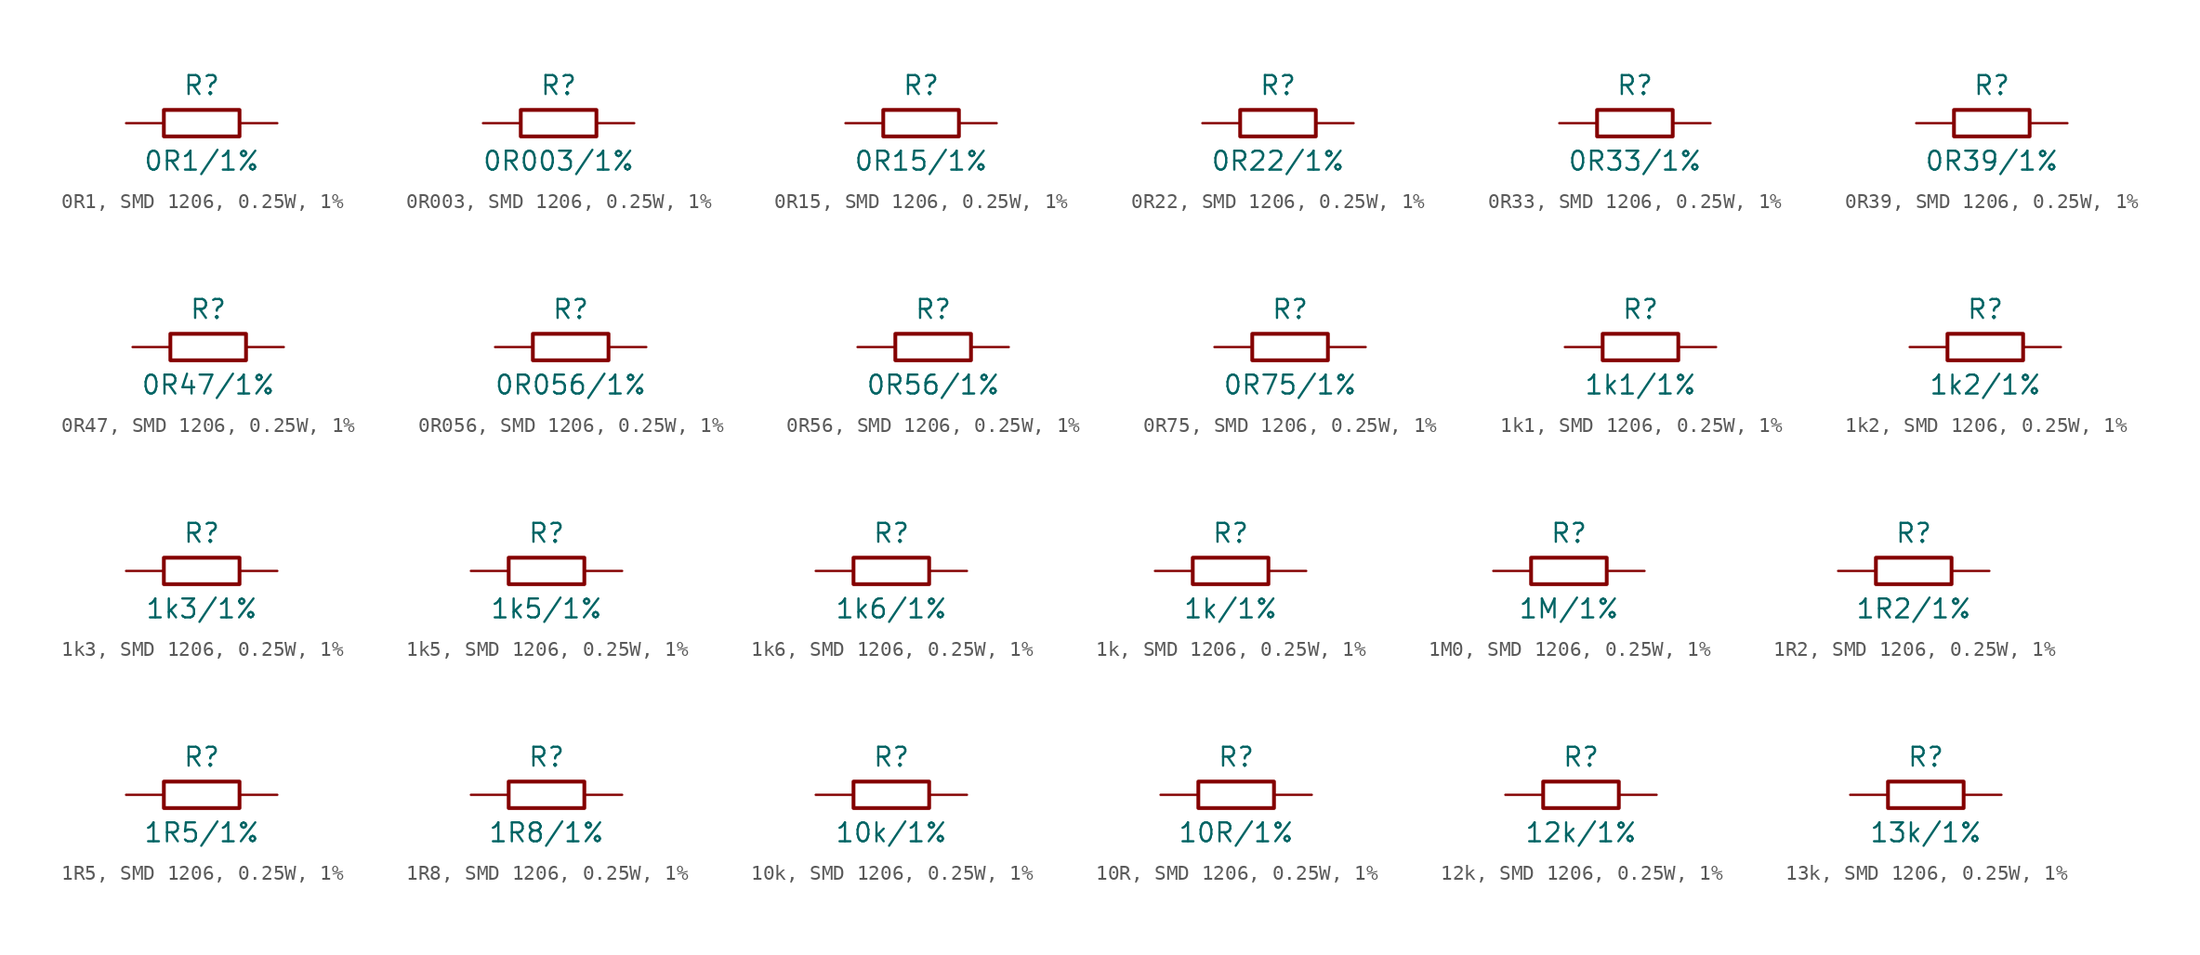
<source format=kicad_sym>
(kicad_symbol_lib
  (version 20220914)
  (generator kicad_symbol_editor)
  (symbol "0R1, SMD 1206, 0.25W, 1%"
    (pin_numbers hide)
    (pin_names
      (offset 0) hide)
    (property "Reference" "R"
      (at 0 2.54 0)
      (effects (font (size 1.27 1.27))))
    (property "Value" "0R1/1%"
      (at 0 -2.54 0)
      (effects (font (size 1.27 1.27))))
    (symbol "0R1, SMD 1206, 0.25W, 1%_0_1"
      (rectangle (start -2.54 0.889) (end 2.54 -0.889) (stroke (width 0.254) (type default)) (fill (type none))))
    (symbol "0R1, SMD 1206, 0.25W, 1%_1_1"
      (pin passive line (at -5.08 0 0) (length 2.54) (name "1" (effects (font (size 1.27 1.27)))) (number "1" (effects (font (size 1.27 1.27)))))
      (pin passive line (at 5.08 0 180) (length 2.54) (name "2" (effects (font (size 1.27 1.27)))) (number "2" (effects (font (size 1.27 1.27)))))))
  (symbol "0R003, SMD 1206, 0.25W, 1%"
    (pin_numbers hide)
    (pin_names
      (offset 0) hide)
    (property "Reference" "R"
      (at 0 2.54 0)
      (effects (font (size 1.27 1.27))))
    (property "Value" "0R003/1%"
      (at 0 -2.54 0)
      (effects (font (size 1.27 1.27))))
    (symbol "0R003, SMD 1206, 0.25W, 1%_0_1"
      (rectangle (start -2.54 0.889) (end 2.54 -0.889) (stroke (width 0.254) (type default)) (fill (type none))))
    (symbol "0R003, SMD 1206, 0.25W, 1%_1_1"
      (pin passive line (at -5.08 0 0) (length 2.54) (name "1" (effects (font (size 1.27 1.27)))) (number "1" (effects (font (size 1.27 1.27)))))
      (pin passive line (at 5.08 0 180) (length 2.54) (name "2" (effects (font (size 1.27 1.27)))) (number "2" (effects (font (size 1.27 1.27)))))))
  (symbol "0R15, SMD 1206, 0.25W, 1%"
    (pin_numbers hide)
    (pin_names
      (offset 0) hide)
    (property "Reference" "R"
      (at 0 2.54 0)
      (effects (font (size 1.27 1.27))))
    (property "Value" "0R15/1%"
      (at 0 -2.54 0)
      (effects (font (size 1.27 1.27))))
    (symbol "0R15, SMD 1206, 0.25W, 1%_0_1"
      (rectangle (start -2.54 0.889) (end 2.54 -0.889) (stroke (width 0.254) (type default)) (fill (type none))))
    (symbol "0R15, SMD 1206, 0.25W, 1%_1_1"
      (pin passive line (at -5.08 0 0) (length 2.54) (name "1" (effects (font (size 1.27 1.27)))) (number "1" (effects (font (size 1.27 1.27)))))
      (pin passive line (at 5.08 0 180) (length 2.54) (name "2" (effects (font (size 1.27 1.27)))) (number "2" (effects (font (size 1.27 1.27)))))))
  (symbol "0R22, SMD 1206, 0.25W, 1%"
    (pin_numbers hide)
    (pin_names
      (offset 0) hide)
    (property "Reference" "R"
      (at 0 2.54 0)
      (effects (font (size 1.27 1.27))))
    (property "Value" "0R22/1%"
      (at 0 -2.54 0)
      (effects (font (size 1.27 1.27))))
    (symbol "0R22, SMD 1206, 0.25W, 1%_0_1"
      (rectangle (start -2.54 0.889) (end 2.54 -0.889) (stroke (width 0.254) (type default)) (fill (type none))))
    (symbol "0R22, SMD 1206, 0.25W, 1%_1_1"
      (pin passive line (at -5.08 0 0) (length 2.54) (name "1" (effects (font (size 1.27 1.27)))) (number "1" (effects (font (size 1.27 1.27)))))
      (pin passive line (at 5.08 0 180) (length 2.54) (name "2" (effects (font (size 1.27 1.27)))) (number "2" (effects (font (size 1.27 1.27)))))))
  (symbol "0R33, SMD 1206, 0.25W, 1%"
    (pin_numbers hide)
    (pin_names
      (offset 0) hide)
    (property "Reference" "R"
      (at 0 2.54 0)
      (effects (font (size 1.27 1.27))))
    (property "Value" "0R33/1%"
      (at 0 -2.54 0)
      (effects (font (size 1.27 1.27))))
    (symbol "0R33, SMD 1206, 0.25W, 1%_0_1"
      (rectangle (start -2.54 0.889) (end 2.54 -0.889) (stroke (width 0.254) (type default)) (fill (type none))))
    (symbol "0R33, SMD 1206, 0.25W, 1%_1_1"
      (pin passive line (at -5.08 0 0) (length 2.54) (name "1" (effects (font (size 1.27 1.27)))) (number "1" (effects (font (size 1.27 1.27)))))
      (pin passive line (at 5.08 0 180) (length 2.54) (name "2" (effects (font (size 1.27 1.27)))) (number "2" (effects (font (size 1.27 1.27)))))))
  (symbol "0R39, SMD 1206, 0.25W, 1%"
    (pin_numbers hide)
    (pin_names
      (offset 0) hide)
    (property "Reference" "R"
      (at 0 2.54 0)
      (effects (font (size 1.27 1.27))))
    (property "Value" "0R39/1%"
      (at 0 -2.54 0)
      (effects (font (size 1.27 1.27))))
    (symbol "0R39, SMD 1206, 0.25W, 1%_0_1"
      (rectangle (start -2.54 0.889) (end 2.54 -0.889) (stroke (width 0.254) (type default)) (fill (type none))))
    (symbol "0R39, SMD 1206, 0.25W, 1%_1_1"
      (pin passive line (at -5.08 0 0) (length 2.54) (name "1" (effects (font (size 1.27 1.27)))) (number "1" (effects (font (size 1.27 1.27)))))
      (pin passive line (at 5.08 0 180) (length 2.54) (name "2" (effects (font (size 1.27 1.27)))) (number "2" (effects (font (size 1.27 1.27)))))))
  (symbol "0R47, SMD 1206, 0.25W, 1%"
    (pin_numbers hide)
    (pin_names
      (offset 0) hide)
    (property "Reference" "R"
      (at 0 2.54 0)
      (effects (font (size 1.27 1.27))))
    (property "Value" "0R47/1%"
      (at 0 -2.54 0)
      (effects (font (size 1.27 1.27))))
    (symbol "0R47, SMD 1206, 0.25W, 1%_0_1"
      (rectangle (start -2.54 0.889) (end 2.54 -0.889) (stroke (width 0.254) (type default)) (fill (type none))))
    (symbol "0R47, SMD 1206, 0.25W, 1%_1_1"
      (pin passive line (at -5.08 0 0) (length 2.54) (name "1" (effects (font (size 1.27 1.27)))) (number "1" (effects (font (size 1.27 1.27)))))
      (pin passive line (at 5.08 0 180) (length 2.54) (name "2" (effects (font (size 1.27 1.27)))) (number "2" (effects (font (size 1.27 1.27)))))))
  (symbol "0R056, SMD 1206, 0.25W, 1%"
    (pin_numbers hide)
    (pin_names
      (offset 0) hide)
    (property "Reference" "R"
      (at 0 2.54 0)
      (effects (font (size 1.27 1.27))))
    (property "Value" "0R056/1%"
      (at 0 -2.54 0)
      (effects (font (size 1.27 1.27))))
    (symbol "0R056, SMD 1206, 0.25W, 1%_0_1"
      (rectangle (start -2.54 0.889) (end 2.54 -0.889) (stroke (width 0.254) (type default)) (fill (type none))))
    (symbol "0R056, SMD 1206, 0.25W, 1%_1_1"
      (pin passive line (at -5.08 0 0) (length 2.54) (name "1" (effects (font (size 1.27 1.27)))) (number "1" (effects (font (size 1.27 1.27)))))
      (pin passive line (at 5.08 0 180) (length 2.54) (name "2" (effects (font (size 1.27 1.27)))) (number "2" (effects (font (size 1.27 1.27)))))))
  (symbol "0R56, SMD 1206, 0.25W, 1%"
    (pin_numbers hide)
    (pin_names
      (offset 0) hide)
    (property "Reference" "R"
      (at 0 2.54 0)
      (effects (font (size 1.27 1.27))))
    (property "Value" "0R56/1%"
      (at 0 -2.54 0)
      (effects (font (size 1.27 1.27))))
    (symbol "0R56, SMD 1206, 0.25W, 1%_0_1"
      (rectangle (start -2.54 0.889) (end 2.54 -0.889) (stroke (width 0.254) (type default)) (fill (type none))))
    (symbol "0R56, SMD 1206, 0.25W, 1%_1_1"
      (pin passive line (at -5.08 0 0) (length 2.54) (name "1" (effects (font (size 1.27 1.27)))) (number "1" (effects (font (size 1.27 1.27)))))
      (pin passive line (at 5.08 0 180) (length 2.54) (name "2" (effects (font (size 1.27 1.27)))) (number "2" (effects (font (size 1.27 1.27)))))))
  (symbol "0R75, SMD 1206, 0.25W, 1%"
    (pin_numbers hide)
    (pin_names
      (offset 0) hide)
    (property "Reference" "R"
      (at 0 2.54 0)
      (effects (font (size 1.27 1.27))))
    (property "Value" "0R75/1%"
      (at 0 -2.54 0)
      (effects (font (size 1.27 1.27))))
    (symbol "0R75, SMD 1206, 0.25W, 1%_0_1"
      (rectangle (start -2.54 0.889) (end 2.54 -0.889) (stroke (width 0.254) (type default)) (fill (type none))))
    (symbol "0R75, SMD 1206, 0.25W, 1%_1_1"
      (pin passive line (at -5.08 0 0) (length 2.54) (name "1" (effects (font (size 1.27 1.27)))) (number "1" (effects (font (size 1.27 1.27)))))
      (pin passive line (at 5.08 0 180) (length 2.54) (name "2" (effects (font (size 1.27 1.27)))) (number "2" (effects (font (size 1.27 1.27)))))))
  (symbol "1k1, SMD 1206, 0.25W, 1%"
    (pin_numbers hide)
    (pin_names
      (offset 0) hide)
    (property "Reference" "R"
      (at 0 2.54 0)
      (effects (font (size 1.27 1.27))))
    (property "Value" "1k1/1%"
      (at 0 -2.54 0)
      (effects (font (size 1.27 1.27))))
    (symbol "1k1, SMD 1206, 0.25W, 1%_0_1"
      (rectangle (start -2.54 0.889) (end 2.54 -0.889) (stroke (width 0.254) (type default)) (fill (type none))))
    (symbol "1k1, SMD 1206, 0.25W, 1%_1_1"
      (pin passive line (at -5.08 0 0) (length 2.54) (name "1" (effects (font (size 1.27 1.27)))) (number "1" (effects (font (size 1.27 1.27)))))
      (pin passive line (at 5.08 0 180) (length 2.54) (name "2" (effects (font (size 1.27 1.27)))) (number "2" (effects (font (size 1.27 1.27)))))))
  (symbol "1k2, SMD 1206, 0.25W, 1%"
    (pin_numbers hide)
    (pin_names
      (offset 0) hide)
    (property "Reference" "R"
      (at 0 2.54 0)
      (effects (font (size 1.27 1.27))))
    (property "Value" "1k2/1%"
      (at 0 -2.54 0)
      (effects (font (size 1.27 1.27))))
    (symbol "1k2, SMD 1206, 0.25W, 1%_0_1"
      (rectangle (start -2.54 0.889) (end 2.54 -0.889) (stroke (width 0.254) (type default)) (fill (type none))))
    (symbol "1k2, SMD 1206, 0.25W, 1%_1_1"
      (pin passive line (at -5.08 0 0) (length 2.54) (name "1" (effects (font (size 1.27 1.27)))) (number "1" (effects (font (size 1.27 1.27)))))
      (pin passive line (at 5.08 0 180) (length 2.54) (name "2" (effects (font (size 1.27 1.27)))) (number "2" (effects (font (size 1.27 1.27)))))))
  (symbol "1k3, SMD 1206, 0.25W, 1%"
    (pin_numbers hide)
    (pin_names
      (offset 0) hide)
    (property "Reference" "R"
      (at 0 2.54 0)
      (effects (font (size 1.27 1.27))))
    (property "Value" "1k3/1%"
      (at 0 -2.54 0)
      (effects (font (size 1.27 1.27))))
    (symbol "1k3, SMD 1206, 0.25W, 1%_0_1"
      (rectangle (start -2.54 0.889) (end 2.54 -0.889) (stroke (width 0.254) (type default)) (fill (type none))))
    (symbol "1k3, SMD 1206, 0.25W, 1%_1_1"
      (pin passive line (at -5.08 0 0) (length 2.54) (name "1" (effects (font (size 1.27 1.27)))) (number "1" (effects (font (size 1.27 1.27)))))
      (pin passive line (at 5.08 0 180) (length 2.54) (name "2" (effects (font (size 1.27 1.27)))) (number "2" (effects (font (size 1.27 1.27)))))))
  (symbol "1k5, SMD 1206, 0.25W, 1%"
    (pin_numbers hide)
    (pin_names
      (offset 0) hide)
    (property "Reference" "R"
      (at 0 2.54 0)
      (effects (font (size 1.27 1.27))))
    (property "Value" "1k5/1%"
      (at 0 -2.54 0)
      (effects (font (size 1.27 1.27))))
    (symbol "1k5, SMD 1206, 0.25W, 1%_0_1"
      (rectangle (start -2.54 0.889) (end 2.54 -0.889) (stroke (width 0.254) (type default)) (fill (type none))))
    (symbol "1k5, SMD 1206, 0.25W, 1%_1_1"
      (pin passive line (at -5.08 0 0) (length 2.54) (name "1" (effects (font (size 1.27 1.27)))) (number "1" (effects (font (size 1.27 1.27)))))
      (pin passive line (at 5.08 0 180) (length 2.54) (name "2" (effects (font (size 1.27 1.27)))) (number "2" (effects (font (size 1.27 1.27)))))))
  (symbol "1k6, SMD 1206, 0.25W, 1%"
    (pin_numbers hide)
    (pin_names
      (offset 0) hide)
    (property "Reference" "R"
      (at 0 2.54 0)
      (effects (font (size 1.27 1.27))))
    (property "Value" "1k6/1%"
      (at 0 -2.54 0)
      (effects (font (size 1.27 1.27))))
    (symbol "1k6, SMD 1206, 0.25W, 1%_0_1"
      (rectangle (start -2.54 0.889) (end 2.54 -0.889) (stroke (width 0.254) (type default)) (fill (type none))))
    (symbol "1k6, SMD 1206, 0.25W, 1%_1_1"
      (pin passive line (at -5.08 0 0) (length 2.54) (name "1" (effects (font (size 1.27 1.27)))) (number "1" (effects (font (size 1.27 1.27)))))
      (pin passive line (at 5.08 0 180) (length 2.54) (name "2" (effects (font (size 1.27 1.27)))) (number "2" (effects (font (size 1.27 1.27)))))))
  (symbol "1k, SMD 1206, 0.25W, 1%"
    (pin_numbers hide)
    (pin_names
      (offset 0) hide)
    (property "Reference" "R"
      (at 0 2.54 0)
      (effects (font (size 1.27 1.27))))
    (property "Value" "1k/1%"
      (at 0 -2.54 0)
      (effects (font (size 1.27 1.27))))
    (symbol "1k, SMD 1206, 0.25W, 1%_0_1"
      (rectangle (start -2.54 0.889) (end 2.54 -0.889) (stroke (width 0.254) (type default)) (fill (type none))))
    (symbol "1k, SMD 1206, 0.25W, 1%_1_1"
      (pin passive line (at -5.08 0 0) (length 2.54) (name "1" (effects (font (size 1.27 1.27)))) (number "1" (effects (font (size 1.27 1.27)))))
      (pin passive line (at 5.08 0 180) (length 2.54) (name "2" (effects (font (size 1.27 1.27)))) (number "2" (effects (font (size 1.27 1.27)))))))
  (symbol "1M0, SMD 1206, 0.25W, 1%"
    (pin_numbers hide)
    (pin_names
      (offset 0) hide)
    (property "Reference" "R"
      (at 0 2.54 0)
      (effects (font (size 1.27 1.27))))
    (property "Value" "1M/1%"
      (at 0 -2.54 0)
      (effects (font (size 1.27 1.27))))
    (symbol "1M0, SMD 1206, 0.25W, 1%_0_1"
      (rectangle (start -2.54 0.889) (end 2.54 -0.889) (stroke (width 0.254) (type default)) (fill (type none))))
    (symbol "1M0, SMD 1206, 0.25W, 1%_1_1"
      (pin passive line (at -5.08 0 0) (length 2.54) (name "1" (effects (font (size 1.27 1.27)))) (number "1" (effects (font (size 1.27 1.27)))))
      (pin passive line (at 5.08 0 180) (length 2.54) (name "2" (effects (font (size 1.27 1.27)))) (number "2" (effects (font (size 1.27 1.27)))))))
  (symbol "1R2, SMD 1206, 0.25W, 1%"
    (pin_numbers hide)
    (pin_names
      (offset 0) hide)
    (property "Reference" "R"
      (at 0 2.54 0)
      (effects (font (size 1.27 1.27))))
    (property "Value" "1R2/1%"
      (at 0 -2.54 0)
      (effects (font (size 1.27 1.27))))
    (symbol "1R2, SMD 1206, 0.25W, 1%_0_1"
      (rectangle (start -2.54 0.889) (end 2.54 -0.889) (stroke (width 0.254) (type default)) (fill (type none))))
    (symbol "1R2, SMD 1206, 0.25W, 1%_1_1"
      (pin passive line (at -5.08 0 0) (length 2.54) (name "1" (effects (font (size 1.27 1.27)))) (number "1" (effects (font (size 1.27 1.27)))))
      (pin passive line (at 5.08 0 180) (length 2.54) (name "2" (effects (font (size 1.27 1.27)))) (number "2" (effects (font (size 1.27 1.27)))))))
  (symbol "1R5, SMD 1206, 0.25W, 1%"
    (pin_numbers hide)
    (pin_names
      (offset 0) hide)
    (property "Reference" "R"
      (at 0 2.54 0)
      (effects (font (size 1.27 1.27))))
    (property "Value" "1R5/1%"
      (at 0 -2.54 0)
      (effects (font (size 1.27 1.27))))
    (symbol "1R5, SMD 1206, 0.25W, 1%_0_1"
      (rectangle (start -2.54 0.889) (end 2.54 -0.889) (stroke (width 0.254) (type default)) (fill (type none))))
    (symbol "1R5, SMD 1206, 0.25W, 1%_1_1"
      (pin passive line (at -5.08 0 0) (length 2.54) (name "1" (effects (font (size 1.27 1.27)))) (number "1" (effects (font (size 1.27 1.27)))))
      (pin passive line (at 5.08 0 180) (length 2.54) (name "2" (effects (font (size 1.27 1.27)))) (number "2" (effects (font (size 1.27 1.27)))))))
  (symbol "1R8, SMD 1206, 0.25W, 1%"
    (pin_numbers hide)
    (pin_names
      (offset 0) hide)
    (property "Reference" "R"
      (at 0 2.54 0)
      (effects (font (size 1.27 1.27))))
    (property "Value" "1R8/1%"
      (at 0 -2.54 0)
      (effects (font (size 1.27 1.27))))
    (symbol "1R8, SMD 1206, 0.25W, 1%_0_1"
      (rectangle (start -2.54 0.889) (end 2.54 -0.889) (stroke (width 0.254) (type default)) (fill (type none))))
    (symbol "1R8, SMD 1206, 0.25W, 1%_1_1"
      (pin passive line (at -5.08 0 0) (length 2.54) (name "1" (effects (font (size 1.27 1.27)))) (number "1" (effects (font (size 1.27 1.27)))))
      (pin passive line (at 5.08 0 180) (length 2.54) (name "2" (effects (font (size 1.27 1.27)))) (number "2" (effects (font (size 1.27 1.27)))))))
  (symbol "10k, SMD 1206, 0.25W, 1%"
    (pin_numbers hide)
    (pin_names
      (offset 0) hide)
    (property "Reference" "R"
      (at 0 2.54 0)
      (effects (font (size 1.27 1.27))))
    (property "Value" "10k/1%"
      (at 0 -2.54 0)
      (effects (font (size 1.27 1.27))))
    (symbol "10k, SMD 1206, 0.25W, 1%_0_1"
      (rectangle (start -2.54 0.889) (end 2.54 -0.889) (stroke (width 0.254) (type default)) (fill (type none))))
    (symbol "10k, SMD 1206, 0.25W, 1%_1_1"
      (pin passive line (at -5.08 0 0) (length 2.54) (name "1" (effects (font (size 1.27 1.27)))) (number "1" (effects (font (size 1.27 1.27)))))
      (pin passive line (at 5.08 0 180) (length 2.54) (name "2" (effects (font (size 1.27 1.27)))) (number "2" (effects (font (size 1.27 1.27)))))))
  (symbol "10R, SMD 1206, 0.25W, 1%"
    (pin_numbers hide)
    (pin_names
      (offset 0) hide)
    (property "Reference" "R"
      (at 0 2.54 0)
      (effects (font (size 1.27 1.27))))
    (property "Value" "10R/1%"
      (at 0 -2.54 0)
      (effects (font (size 1.27 1.27))))
    (symbol "10R, SMD 1206, 0.25W, 1%_0_1"
      (rectangle (start -2.54 0.889) (end 2.54 -0.889) (stroke (width 0.254) (type default)) (fill (type none))))
    (symbol "10R, SMD 1206, 0.25W, 1%_1_1"
      (pin passive line (at -5.08 0 0) (length 2.54) (name "1" (effects (font (size 1.27 1.27)))) (number "1" (effects (font (size 1.27 1.27)))))
      (pin passive line (at 5.08 0 180) (length 2.54) (name "2" (effects (font (size 1.27 1.27)))) (number "2" (effects (font (size 1.27 1.27)))))))
  (symbol "12k, SMD 1206, 0.25W, 1%"
    (pin_numbers hide)
    (pin_names
      (offset 0) hide)
    (property "Reference" "R"
      (at 0 2.54 0)
      (effects (font (size 1.27 1.27))))
    (property "Value" "12k/1%"
      (at 0 -2.54 0)
      (effects (font (size 1.27 1.27))))
    (symbol "12k, SMD 1206, 0.25W, 1%_0_1"
      (rectangle (start -2.54 0.889) (end 2.54 -0.889) (stroke (width 0.254) (type default)) (fill (type none))))
    (symbol "12k, SMD 1206, 0.25W, 1%_1_1"
      (pin passive line (at -5.08 0 0) (length 2.54) (name "1" (effects (font (size 1.27 1.27)))) (number "1" (effects (font (size 1.27 1.27)))))
      (pin passive line (at 5.08 0 180) (length 2.54) (name "2" (effects (font (size 1.27 1.27)))) (number "2" (effects (font (size 1.27 1.27)))))))
  (symbol "13k, SMD 1206, 0.25W, 1%"
    (pin_numbers hide)
    (pin_names
      (offset 0) hide)
    (property "Reference" "R"
      (at 0 2.54 0)
      (effects (font (size 1.27 1.27))))
    (property "Value" "13k/1%"
      (at 0 -2.54 0)
      (effects (font (size 1.27 1.27))))
    (symbol "13k, SMD 1206, 0.25W, 1%_0_1"
      (rectangle (start -2.54 0.889) (end 2.54 -0.889) (stroke (width 0.254) (type default)) (fill (type none))))
    (symbol "13k, SMD 1206, 0.25W, 1%_1_1"
      (pin passive line (at -5.08 0 0) (length 2.54) (name "1" (effects (font (size 1.27 1.27)))) (number "1" (effects (font (size 1.27 1.27)))))
      (pin passive line (at 5.08 0 180) (length 2.54) (name "2" (effects (font (size 1.27 1.27)))) (number "2" (effects (font (size 1.27 1.27))))))))
</source>
